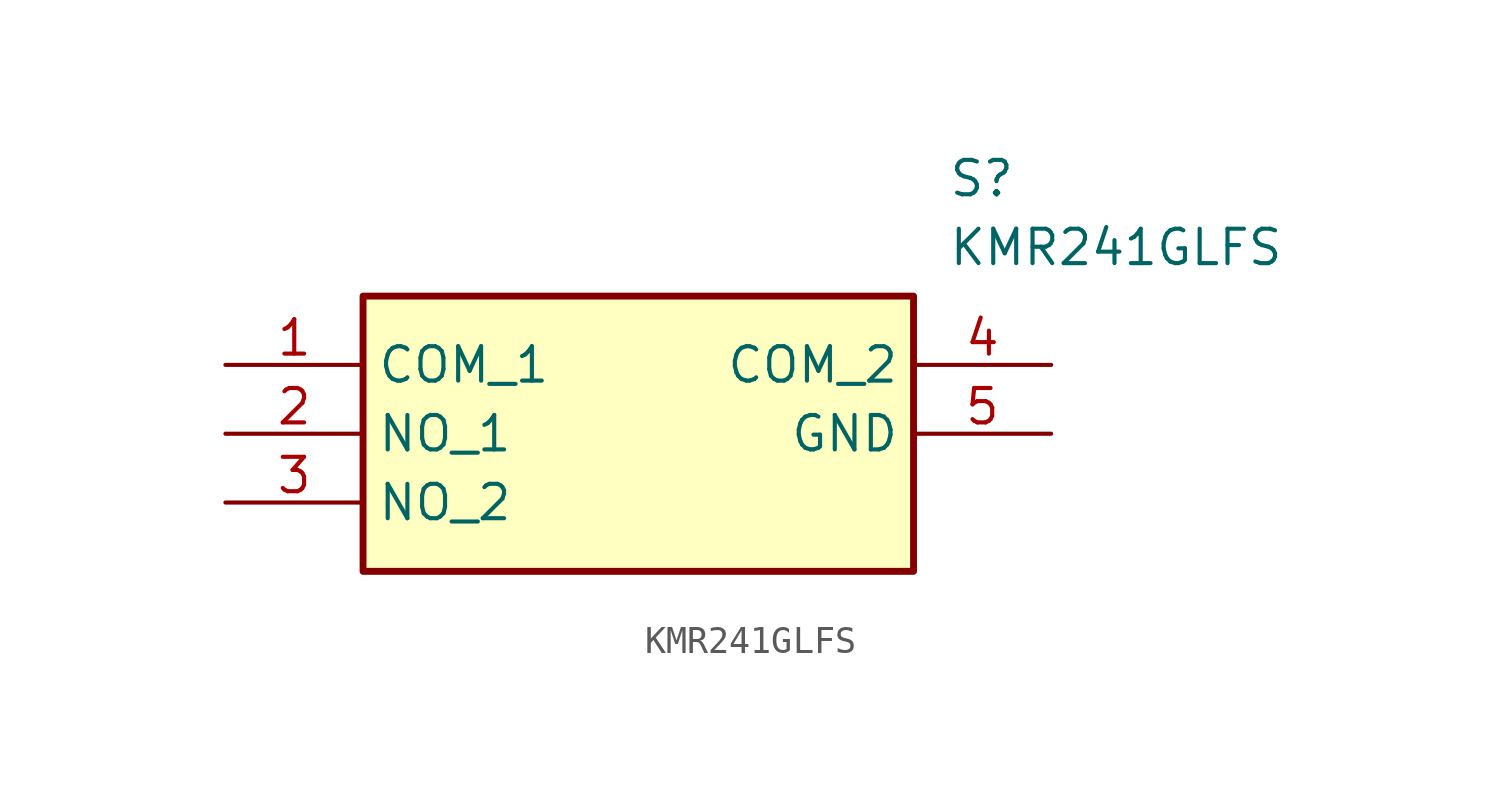
<source format=kicad_sym>
(kicad_symbol_lib
  (version 20211014)
  (generator SamacSys_ECAD_Model)
  (symbol "KMR241GLFS"
    (property "Reference" "S"
      (at 26.67 7.62 0)
      (effects (font (size 1.27 1.27)) (justify left top)))
    (property "Value" "KMR241GLFS"
      (at 26.67 5.08 0)
      (effects (font (size 1.27 1.27)) (justify left top)))
    (rectangle
      (start 5.08 2.54)
      (end 25.4 -7.62)
      (stroke (width 0.254) (type default))
      (fill (type background)))
    (pin passive line
      (at 0 0 0)
      (length 5.08)
      (name "COM_1" (effects (font (size 1.27 1.27))))
      (number "1" (effects (font (size 1.27 1.27)))))
    (pin passive line
      (at 0 -2.54 0)
      (length 5.08)
      (name "NO_1" (effects (font (size 1.27 1.27))))
      (number "2" (effects (font (size 1.27 1.27)))))
    (pin passive line
      (at 0 -5.08 0)
      (length 5.08)
      (name "NO_2" (effects (font (size 1.27 1.27))))
      (number "3" (effects (font (size 1.27 1.27)))))
    (pin passive line
      (at 30.48 0 180)
      (length 5.08)
      (name "COM_2" (effects (font (size 1.27 1.27))))
      (number "4" (effects (font (size 1.27 1.27)))))
    (pin passive line
      (at 30.48 -2.54 180)
      (length 5.08)
      (name "GND" (effects (font (size 1.27 1.27))))
      (number "5" (effects (font (size 1.27 1.27)))))))
</source>
